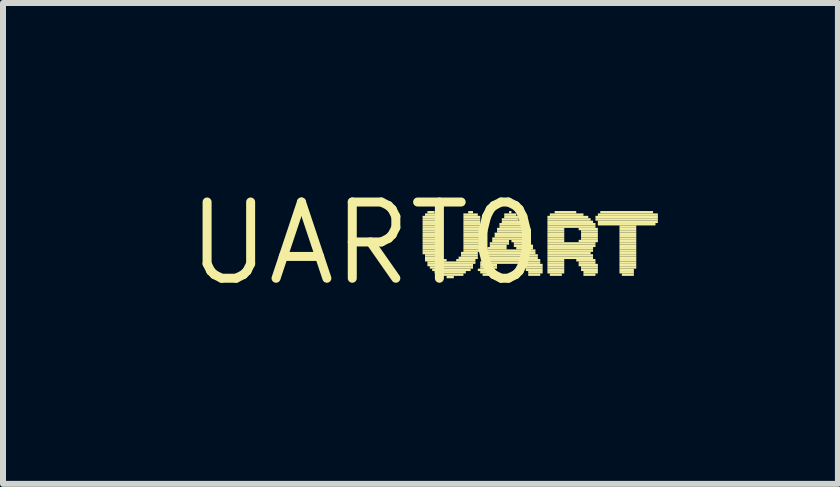
<source format=kicad_pcb>
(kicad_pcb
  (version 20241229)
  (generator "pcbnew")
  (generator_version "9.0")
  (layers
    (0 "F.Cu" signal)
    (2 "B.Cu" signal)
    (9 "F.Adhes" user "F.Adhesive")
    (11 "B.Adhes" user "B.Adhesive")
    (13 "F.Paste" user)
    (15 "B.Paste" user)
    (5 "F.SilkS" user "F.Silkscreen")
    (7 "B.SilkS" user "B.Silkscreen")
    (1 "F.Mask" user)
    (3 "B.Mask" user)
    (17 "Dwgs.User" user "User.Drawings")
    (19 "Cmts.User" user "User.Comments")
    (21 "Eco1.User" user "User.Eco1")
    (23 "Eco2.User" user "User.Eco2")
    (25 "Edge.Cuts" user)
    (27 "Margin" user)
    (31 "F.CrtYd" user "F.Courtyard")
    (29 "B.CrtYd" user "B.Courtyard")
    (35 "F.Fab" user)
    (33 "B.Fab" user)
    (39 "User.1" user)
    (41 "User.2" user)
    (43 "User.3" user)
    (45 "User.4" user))
  (footprint "UART0"
    (layer "F.Cu")
    (at 3.031 1.006)
    (property "Reference" "UART0" (at 0 0 0) (layer "F.SilkS") (effects (font (size 1.27 1.27) (thickness 0.15))))
    (attr through_hole)
    (fp_poly (pts (xy 0.96 -0.42) (xy 1.24 -0.42) (xy 1.24 -0.46) (xy 0.96 -0.46)) (stroke (width 0) (type solid)) (fill yes) (layer "F.SilkS"))
    (fp_poly (pts (xy 0.96 -0.38) (xy 1.24 -0.38) (xy 1.24 -0.42) (xy 0.96 -0.42)) (stroke (width 0) (type solid)) (fill yes) (layer "F.SilkS"))
    (fp_poly (pts (xy 0.96 -0.34) (xy 1.24 -0.34) (xy 1.24 -0.38) (xy 0.96 -0.38)) (stroke (width 0) (type solid)) (fill yes) (layer "F.SilkS"))
    (fp_poly (pts (xy 0.96 -0.3) (xy 1.24 -0.3) (xy 1.24 -0.34) (xy 0.96 -0.34)) (stroke (width 0) (type solid)) (fill yes) (layer "F.SilkS"))
    (fp_poly (pts (xy 0.96 -0.26) (xy 1.24 -0.26) (xy 1.24 -0.3) (xy 0.96 -0.3)) (stroke (width 0) (type solid)) (fill yes) (layer "F.SilkS"))
    (fp_poly (pts (xy 0.96 -0.22) (xy 1.24 -0.22) (xy 1.24 -0.26) (xy 0.96 -0.26)) (stroke (width 0) (type solid)) (fill yes) (layer "F.SilkS"))
    (fp_poly (pts (xy 0.96 -0.18) (xy 1.24 -0.18) (xy 1.24 -0.22) (xy 0.96 -0.22)) (stroke (width 0) (type solid)) (fill yes) (layer "F.SilkS"))
    (fp_poly (pts (xy 0.96 -0.14) (xy 1.24 -0.14) (xy 1.24 -0.18) (xy 0.96 -0.18)) (stroke (width 0) (type solid)) (fill yes) (layer "F.SilkS"))
    (fp_poly (pts (xy 0.96 -0.1) (xy 1.24 -0.1) (xy 1.24 -0.14) (xy 0.96 -0.14)) (stroke (width 0) (type solid)) (fill yes) (layer "F.SilkS"))
    (fp_poly (pts (xy 0.96 -0.06) (xy 1.24 -0.06) (xy 1.24 -0.1) (xy 0.96 -0.1)) (stroke (width 0) (type solid)) (fill yes) (layer "F.SilkS"))
    (fp_poly (pts (xy 0.96 -0.02) (xy 1.24 -0.02) (xy 1.24 -0.06) (xy 0.96 -0.06)) (stroke (width 0) (type solid)) (fill yes) (layer "F.SilkS"))
    (fp_poly (pts (xy 0.96 0.02) (xy 1.24 0.02) (xy 1.24 -0.02) (xy 0.96 -0.02)) (stroke (width 0) (type solid)) (fill yes) (layer "F.SilkS"))
    (fp_poly (pts (xy 0.96 0.06) (xy 1.24 0.06) (xy 1.24 0.02) (xy 0.96 0.02)) (stroke (width 0) (type solid)) (fill yes) (layer "F.SilkS"))
    (fp_poly (pts (xy 0.96 0.1) (xy 1.24 0.1) (xy 1.24 0.06) (xy 0.96 0.06)) (stroke (width 0) (type solid)) (fill yes) (layer "F.SilkS"))
    (fp_poly (pts (xy 0.96 0.14) (xy 1.24 0.14) (xy 1.24 0.1) (xy 0.96 0.1)) (stroke (width 0) (type solid)) (fill yes) (layer "F.SilkS"))
    (fp_poly (pts (xy 0.96 0.18) (xy 1.24 0.18) (xy 1.24 0.14) (xy 0.96 0.14)) (stroke (width 0) (type solid)) (fill yes) (layer "F.SilkS"))
    (fp_poly (pts (xy 1 -0.46) (xy 1.2 -0.46) (xy 1.2 -0.5) (xy 1 -0.5)) (stroke (width 0) (type solid)) (fill yes) (layer "F.SilkS"))
    (fp_poly (pts (xy 1 0.22) (xy 1.28 0.22) (xy 1.28 0.18) (xy 1 0.18)) (stroke (width 0) (type solid)) (fill yes) (layer "F.SilkS"))
    (fp_poly (pts (xy 1 0.26) (xy 1.28 0.26) (xy 1.28 0.22) (xy 1 0.22)) (stroke (width 0) (type solid)) (fill yes) (layer "F.SilkS"))
    (fp_poly (pts (xy 1 0.3) (xy 1.36 0.3) (xy 1.36 0.26) (xy 1 0.26)) (stroke (width 0) (type solid)) (fill yes) (layer "F.SilkS"))
    (fp_poly (pts (xy 1.04 -0.5) (xy 1.16 -0.5) (xy 1.16 -0.54) (xy 1.04 -0.54)) (stroke (width 0) (type solid)) (fill yes) (layer "F.SilkS"))
    (fp_poly (pts (xy 1.04 0.34) (xy 1.84 0.34) (xy 1.84 0.3) (xy 1.04 0.3)) (stroke (width 0) (type solid)) (fill yes) (layer "F.SilkS"))
    (fp_poly (pts (xy 1.04 0.38) (xy 1.8 0.38) (xy 1.8 0.34) (xy 1.04 0.34)) (stroke (width 0) (type solid)) (fill yes) (layer "F.SilkS"))
    (fp_poly (pts (xy 1.08 0.42) (xy 1.8 0.42) (xy 1.8 0.38) (xy 1.08 0.38)) (stroke (width 0) (type solid)) (fill yes) (layer "F.SilkS"))
    (fp_poly (pts (xy 1.12 0.46) (xy 1.76 0.46) (xy 1.76 0.42) (xy 1.12 0.42)) (stroke (width 0) (type solid)) (fill yes) (layer "F.SilkS"))
    (fp_poly (pts (xy 1.16 0.5) (xy 1.68 0.5) (xy 1.68 0.46) (xy 1.16 0.46)) (stroke (width 0) (type solid)) (fill yes) (layer "F.SilkS"))
    (fp_poly (pts (xy 1.24 0.54) (xy 1.64 0.54) (xy 1.64 0.5) (xy 1.24 0.5)) (stroke (width 0) (type solid)) (fill yes) (layer "F.SilkS"))
    (fp_poly (pts (xy 1.36 0.58) (xy 1.48 0.58) (xy 1.48 0.54) (xy 1.36 0.54)) (stroke (width 0) (type solid)) (fill yes) (layer "F.SilkS"))
    (fp_poly (pts (xy 1.52 0.3) (xy 1.84 0.3) (xy 1.84 0.26) (xy 1.52 0.26)) (stroke (width 0) (type solid)) (fill yes) (layer "F.SilkS"))
    (fp_poly (pts (xy 1.56 0.26) (xy 1.88 0.26) (xy 1.88 0.22) (xy 1.56 0.22)) (stroke (width 0) (type solid)) (fill yes) (layer "F.SilkS"))
    (fp_poly (pts (xy 1.6 0.18) (xy 1.88 0.18) (xy 1.88 0.14) (xy 1.6 0.14)) (stroke (width 0) (type solid)) (fill yes) (layer "F.SilkS"))
    (fp_poly (pts (xy 1.6 0.22) (xy 1.88 0.22) (xy 1.88 0.18) (xy 1.6 0.18)) (stroke (width 0) (type solid)) (fill yes) (layer "F.SilkS"))
    (fp_poly (pts (xy 1.64 -0.46) (xy 1.88 -0.46) (xy 1.88 -0.5) (xy 1.64 -0.5)) (stroke (width 0) (type solid)) (fill yes) (layer "F.SilkS"))
    (fp_poly (pts (xy 1.64 -0.42) (xy 1.92 -0.42) (xy 1.92 -0.46) (xy 1.64 -0.46)) (stroke (width 0) (type solid)) (fill yes) (layer "F.SilkS"))
    (fp_poly (pts (xy 1.64 -0.38) (xy 1.92 -0.38) (xy 1.92 -0.42) (xy 1.64 -0.42)) (stroke (width 0) (type solid)) (fill yes) (layer "F.SilkS"))
    (fp_poly (pts (xy 1.64 -0.34) (xy 1.92 -0.34) (xy 1.92 -0.38) (xy 1.64 -0.38)) (stroke (width 0) (type solid)) (fill yes) (layer "F.SilkS"))
    (fp_poly (pts (xy 1.64 -0.3) (xy 1.92 -0.3) (xy 1.92 -0.34) (xy 1.64 -0.34)) (stroke (width 0) (type solid)) (fill yes) (layer "F.SilkS"))
    (fp_poly (pts (xy 1.64 -0.26) (xy 1.92 -0.26) (xy 1.92 -0.3) (xy 1.64 -0.3)) (stroke (width 0) (type solid)) (fill yes) (layer "F.SilkS"))
    (fp_poly (pts (xy 1.64 -0.22) (xy 1.92 -0.22) (xy 1.92 -0.26) (xy 1.64 -0.26)) (stroke (width 0) (type solid)) (fill yes) (layer "F.SilkS"))
    (fp_poly (pts (xy 1.64 -0.18) (xy 1.92 -0.18) (xy 1.92 -0.22) (xy 1.64 -0.22)) (stroke (width 0) (type solid)) (fill yes) (layer "F.SilkS"))
    (fp_poly (pts (xy 1.64 -0.14) (xy 1.92 -0.14) (xy 1.92 -0.18) (xy 1.64 -0.18)) (stroke (width 0) (type solid)) (fill yes) (layer "F.SilkS"))
    (fp_poly (pts (xy 1.64 -0.1) (xy 1.92 -0.1) (xy 1.92 -0.14) (xy 1.64 -0.14)) (stroke (width 0) (type solid)) (fill yes) (layer "F.SilkS"))
    (fp_poly (pts (xy 1.64 -0.06) (xy 1.92 -0.06) (xy 1.92 -0.1) (xy 1.64 -0.1)) (stroke (width 0) (type solid)) (fill yes) (layer "F.SilkS"))
    (fp_poly (pts (xy 1.64 -0.02) (xy 1.92 -0.02) (xy 1.92 -0.06) (xy 1.64 -0.06)) (stroke (width 0) (type solid)) (fill yes) (layer "F.SilkS"))
    (fp_poly (pts (xy 1.64 0.02) (xy 1.92 0.02) (xy 1.92 -0.02) (xy 1.64 -0.02)) (stroke (width 0) (type solid)) (fill yes) (layer "F.SilkS"))
    (fp_poly (pts (xy 1.64 0.06) (xy 1.92 0.06) (xy 1.92 0.02) (xy 1.64 0.02)) (stroke (width 0) (type solid)) (fill yes) (layer "F.SilkS"))
    (fp_poly (pts (xy 1.64 0.1) (xy 1.92 0.1) (xy 1.92 0.06) (xy 1.64 0.06)) (stroke (width 0) (type solid)) (fill yes) (layer "F.SilkS"))
    (fp_poly (pts (xy 1.64 0.14) (xy 1.92 0.14) (xy 1.92 0.1) (xy 1.64 0.1)) (stroke (width 0) (type solid)) (fill yes) (layer "F.SilkS"))
    (fp_poly (pts (xy 1.72 -0.5) (xy 1.8 -0.5) (xy 1.8 -0.54) (xy 1.72 -0.54)) (stroke (width 0) (type solid)) (fill yes) (layer "F.SilkS"))
    (fp_poly (pts (xy 1.88 0.46) (xy 2.16 0.46) (xy 2.16 0.42) (xy 1.88 0.42)) (stroke (width 0) (type solid)) (fill yes) (layer "F.SilkS"))
    (fp_poly (pts (xy 1.92 0.34) (xy 2.92 0.34) (xy 2.92 0.3) (xy 1.92 0.3)) (stroke (width 0) (type solid)) (fill yes) (layer "F.SilkS"))
    (fp_poly (pts (xy 1.92 0.38) (xy 2.2 0.38) (xy 2.2 0.34) (xy 1.92 0.34)) (stroke (width 0) (type solid)) (fill yes) (layer "F.SilkS"))
    (fp_poly (pts (xy 1.92 0.42) (xy 2.2 0.42) (xy 2.2 0.38) (xy 1.92 0.38)) (stroke (width 0) (type solid)) (fill yes) (layer "F.SilkS"))
    (fp_poly (pts (xy 1.92 0.5) (xy 2.16 0.5) (xy 2.16 0.46) (xy 1.92 0.46)) (stroke (width 0) (type solid)) (fill yes) (layer "F.SilkS"))
    (fp_poly (pts (xy 1.96 0.26) (xy 2.88 0.26) (xy 2.88 0.22) (xy 1.96 0.22)) (stroke (width 0) (type solid)) (fill yes) (layer "F.SilkS"))
    (fp_poly (pts (xy 1.96 0.3) (xy 2.92 0.3) (xy 2.92 0.26) (xy 1.96 0.26)) (stroke (width 0) (type solid)) (fill yes) (layer "F.SilkS"))
    (fp_poly (pts (xy 1.96 0.54) (xy 2.12 0.54) (xy 2.12 0.5) (xy 1.96 0.5)) (stroke (width 0) (type solid)) (fill yes) (layer "F.SilkS"))
    (fp_poly (pts (xy 2 0.18) (xy 2.84 0.18) (xy 2.84 0.14) (xy 2 0.14)) (stroke (width 0) (type solid)) (fill yes) (layer "F.SilkS"))
    (fp_poly (pts (xy 2 0.22) (xy 2.88 0.22) (xy 2.88 0.18) (xy 2 0.18)) (stroke (width 0) (type solid)) (fill yes) (layer "F.SilkS"))
    (fp_poly (pts (xy 2.04 0.1) (xy 2.36 0.1) (xy 2.36 0.06) (xy 2.04 0.06)) (stroke (width 0) (type solid)) (fill yes) (layer "F.SilkS"))
    (fp_poly (pts (xy 2.04 0.14) (xy 2.84 0.14) (xy 2.84 0.1) (xy 2.04 0.1)) (stroke (width 0) (type solid)) (fill yes) (layer "F.SilkS"))
    (fp_poly (pts (xy 2.08 0.02) (xy 2.4 0.02) (xy 2.4 -0.02) (xy 2.08 -0.02)) (stroke (width 0) (type solid)) (fill yes) (layer "F.SilkS"))
    (fp_poly (pts (xy 2.08 0.06) (xy 2.36 0.06) (xy 2.36 0.02) (xy 2.08 0.02)) (stroke (width 0) (type solid)) (fill yes) (layer "F.SilkS"))
    (fp_poly (pts (xy 2.12 -0.06) (xy 2.72 -0.06) (xy 2.72 -0.1) (xy 2.12 -0.1)) (stroke (width 0) (type solid)) (fill yes) (layer "F.SilkS"))
    (fp_poly (pts (xy 2.12 -0.02) (xy 2.4 -0.02) (xy 2.4 -0.06) (xy 2.12 -0.06)) (stroke (width 0) (type solid)) (fill yes) (layer "F.SilkS"))
    (fp_poly (pts (xy 2.16 -0.14) (xy 2.68 -0.14) (xy 2.68 -0.18) (xy 2.16 -0.18)) (stroke (width 0) (type solid)) (fill yes) (layer "F.SilkS"))
    (fp_poly (pts (xy 2.16 -0.1) (xy 2.72 -0.1) (xy 2.72 -0.14) (xy 2.16 -0.14)) (stroke (width 0) (type solid)) (fill yes) (layer "F.SilkS"))
    (fp_poly (pts (xy 2.2 -0.22) (xy 2.64 -0.22) (xy 2.64 -0.26) (xy 2.2 -0.26)) (stroke (width 0) (type solid)) (fill yes) (layer "F.SilkS"))
    (fp_poly (pts (xy 2.2 -0.18) (xy 2.68 -0.18) (xy 2.68 -0.22) (xy 2.2 -0.22)) (stroke (width 0) (type solid)) (fill yes) (layer "F.SilkS"))
    (fp_poly (pts (xy 2.24 -0.3) (xy 2.6 -0.3) (xy 2.6 -0.34) (xy 2.24 -0.34)) (stroke (width 0) (type solid)) (fill yes) (layer "F.SilkS"))
    (fp_poly (pts (xy 2.24 -0.26) (xy 2.64 -0.26) (xy 2.64 -0.3) (xy 2.24 -0.3)) (stroke (width 0) (type solid)) (fill yes) (layer "F.SilkS"))
    (fp_poly (pts (xy 2.28 -0.38) (xy 2.56 -0.38) (xy 2.56 -0.42) (xy 2.28 -0.42)) (stroke (width 0) (type solid)) (fill yes) (layer "F.SilkS"))
    (fp_poly (pts (xy 2.28 -0.34) (xy 2.6 -0.34) (xy 2.6 -0.38) (xy 2.28 -0.38)) (stroke (width 0) (type solid)) (fill yes) (layer "F.SilkS"))
    (fp_poly (pts (xy 2.32 -0.46) (xy 2.52 -0.46) (xy 2.52 -0.5) (xy 2.32 -0.5)) (stroke (width 0) (type solid)) (fill yes) (layer "F.SilkS"))
    (fp_poly (pts (xy 2.32 -0.42) (xy 2.56 -0.42) (xy 2.56 -0.46) (xy 2.32 -0.46)) (stroke (width 0) (type solid)) (fill yes) (layer "F.SilkS"))
    (fp_poly (pts (xy 2.4 -0.5) (xy 2.44 -0.5) (xy 2.44 -0.54) (xy 2.4 -0.54)) (stroke (width 0) (type solid)) (fill yes) (layer "F.SilkS"))
    (fp_poly (pts (xy 2.44 -0.02) (xy 2.76 -0.02) (xy 2.76 -0.06) (xy 2.44 -0.06)) (stroke (width 0) (type solid)) (fill yes) (layer "F.SilkS"))
    (fp_poly (pts (xy 2.48 0.02) (xy 2.76 0.02) (xy 2.76 -0.02) (xy 2.48 -0.02)) (stroke (width 0) (type solid)) (fill yes) (layer "F.SilkS"))
    (fp_poly (pts (xy 2.48 0.06) (xy 2.8 0.06) (xy 2.8 0.02) (xy 2.48 0.02)) (stroke (width 0) (type solid)) (fill yes) (layer "F.SilkS"))
    (fp_poly (pts (xy 2.52 0.1) (xy 2.8 0.1) (xy 2.8 0.06) (xy 2.52 0.06)) (stroke (width 0) (type solid)) (fill yes) (layer "F.SilkS"))
    (fp_poly (pts (xy 2.64 0.38) (xy 2.96 0.38) (xy 2.96 0.34) (xy 2.64 0.34)) (stroke (width 0) (type solid)) (fill yes) (layer "F.SilkS"))
    (fp_poly (pts (xy 2.68 0.42) (xy 2.96 0.42) (xy 2.96 0.38) (xy 2.68 0.38)) (stroke (width 0) (type solid)) (fill yes) (layer "F.SilkS"))
    (fp_poly (pts (xy 2.68 0.46) (xy 2.96 0.46) (xy 2.96 0.42) (xy 2.68 0.42)) (stroke (width 0) (type solid)) (fill yes) (layer "F.SilkS"))
    (fp_poly (pts (xy 2.72 0.5) (xy 2.96 0.5) (xy 2.96 0.46) (xy 2.72 0.46)) (stroke (width 0) (type solid)) (fill yes) (layer "F.SilkS"))
    (fp_poly (pts (xy 2.72 0.54) (xy 2.92 0.54) (xy 2.92 0.5) (xy 2.72 0.5)) (stroke (width 0) (type solid)) (fill yes) (layer "F.SilkS"))
    (fp_poly (pts (xy 3.04 -0.42) (xy 3.72 -0.42) (xy 3.72 -0.46) (xy 3.04 -0.46)) (stroke (width 0) (type solid)) (fill yes) (layer "F.SilkS"))
    (fp_poly (pts (xy 3.04 -0.38) (xy 3.76 -0.38) (xy 3.76 -0.42) (xy 3.04 -0.42)) (stroke (width 0) (type solid)) (fill yes) (layer "F.SilkS"))
    (fp_poly (pts (xy 3.04 -0.34) (xy 3.8 -0.34) (xy 3.8 -0.38) (xy 3.04 -0.38)) (stroke (width 0) (type solid)) (fill yes) (layer "F.SilkS"))
    (fp_poly (pts (xy 3.04 -0.3) (xy 3.84 -0.3) (xy 3.84 -0.34) (xy 3.04 -0.34)) (stroke (width 0) (type solid)) (fill yes) (layer "F.SilkS"))
    (fp_poly (pts (xy 3.04 -0.26) (xy 3.84 -0.26) (xy 3.84 -0.3) (xy 3.04 -0.3)) (stroke (width 0) (type solid)) (fill yes) (layer "F.SilkS"))
    (fp_poly (pts (xy 3.04 -0.22) (xy 3.32 -0.22) (xy 3.32 -0.26) (xy 3.04 -0.26)) (stroke (width 0) (type solid)) (fill yes) (layer "F.SilkS"))
    (fp_poly (pts (xy 3.04 -0.18) (xy 3.32 -0.18) (xy 3.32 -0.22) (xy 3.04 -0.22)) (stroke (width 0) (type solid)) (fill yes) (layer "F.SilkS"))
    (fp_poly (pts (xy 3.04 -0.14) (xy 3.32 -0.14) (xy 3.32 -0.18) (xy 3.04 -0.18)) (stroke (width 0) (type solid)) (fill yes) (layer "F.SilkS"))
    (fp_poly (pts (xy 3.04 -0.1) (xy 3.32 -0.1) (xy 3.32 -0.14) (xy 3.04 -0.14)) (stroke (width 0) (type solid)) (fill yes) (layer "F.SilkS"))
    (fp_poly (pts (xy 3.04 -0.06) (xy 3.32 -0.06) (xy 3.32 -0.1) (xy 3.04 -0.1)) (stroke (width 0) (type solid)) (fill yes) (layer "F.SilkS"))
    (fp_poly (pts (xy 3.04 -0.02) (xy 3.32 -0.02) (xy 3.32 -0.06) (xy 3.04 -0.06)) (stroke (width 0) (type solid)) (fill yes) (layer "F.SilkS"))
    (fp_poly (pts (xy 3.04 0.02) (xy 3.84 0.02) (xy 3.84 -0.02) (xy 3.04 -0.02)) (stroke (width 0) (type solid)) (fill yes) (layer "F.SilkS"))
    (fp_poly (pts (xy 3.04 0.06) (xy 3.84 0.06) (xy 3.84 0.02) (xy 3.04 0.02)) (stroke (width 0) (type solid)) (fill yes) (layer "F.SilkS"))
    (fp_poly (pts (xy 3.04 0.1) (xy 3.8 0.1) (xy 3.8 0.06) (xy 3.04 0.06)) (stroke (width 0) (type solid)) (fill yes) (layer "F.SilkS"))
    (fp_poly (pts (xy 3.04 0.14) (xy 3.8 0.14) (xy 3.8 0.1) (xy 3.04 0.1)) (stroke (width 0) (type solid)) (fill yes) (layer "F.SilkS"))
    (fp_poly (pts (xy 3.04 0.18) (xy 3.76 0.18) (xy 3.76 0.14) (xy 3.04 0.14)) (stroke (width 0) (type solid)) (fill yes) (layer "F.SilkS"))
    (fp_poly (pts (xy 3.04 0.22) (xy 3.8 0.22) (xy 3.8 0.18) (xy 3.04 0.18)) (stroke (width 0) (type solid)) (fill yes) (layer "F.SilkS"))
    (fp_poly (pts (xy 3.04 0.26) (xy 3.8 0.26) (xy 3.8 0.22) (xy 3.04 0.22)) (stroke (width 0) (type solid)) (fill yes) (layer "F.SilkS"))
    (fp_poly (pts (xy 3.04 0.3) (xy 3.32 0.3) (xy 3.32 0.26) (xy 3.04 0.26)) (stroke (width 0) (type solid)) (fill yes) (layer "F.SilkS"))
    (fp_poly (pts (xy 3.04 0.34) (xy 3.32 0.34) (xy 3.32 0.3) (xy 3.04 0.3)) (stroke (width 0) (type solid)) (fill yes) (layer "F.SilkS"))
    (fp_poly (pts (xy 3.04 0.38) (xy 3.32 0.38) (xy 3.32 0.34) (xy 3.04 0.34)) (stroke (width 0) (type solid)) (fill yes) (layer "F.SilkS"))
    (fp_poly (pts (xy 3.04 0.42) (xy 3.32 0.42) (xy 3.32 0.38) (xy 3.04 0.38)) (stroke (width 0) (type solid)) (fill yes) (layer "F.SilkS"))
    (fp_poly (pts (xy 3.04 0.46) (xy 3.32 0.46) (xy 3.32 0.42) (xy 3.04 0.42)) (stroke (width 0) (type solid)) (fill yes) (layer "F.SilkS"))
    (fp_poly (pts (xy 3.04 0.5) (xy 3.32 0.5) (xy 3.32 0.46) (xy 3.04 0.46)) (stroke (width 0) (type solid)) (fill yes) (layer "F.SilkS"))
    (fp_poly (pts (xy 3.08 -0.46) (xy 3.64 -0.46) (xy 3.64 -0.5) (xy 3.08 -0.5)) (stroke (width 0) (type solid)) (fill yes) (layer "F.SilkS"))
    (fp_poly (pts (xy 3.08 0.54) (xy 3.28 0.54) (xy 3.28 0.5) (xy 3.08 0.5)) (stroke (width 0) (type solid)) (fill yes) (layer "F.SilkS"))
    (fp_poly (pts (xy 3.16 -0.5) (xy 3.52 -0.5) (xy 3.52 -0.54) (xy 3.16 -0.54)) (stroke (width 0) (type solid)) (fill yes) (layer "F.SilkS"))
    (fp_poly (pts (xy 3.52 0.3) (xy 3.84 0.3) (xy 3.84 0.26) (xy 3.52 0.26)) (stroke (width 0) (type solid)) (fill yes) (layer "F.SilkS"))
    (fp_poly (pts (xy 3.56 -0.22) (xy 3.88 -0.22) (xy 3.88 -0.26) (xy 3.56 -0.26)) (stroke (width 0) (type solid)) (fill yes) (layer "F.SilkS"))
    (fp_poly (pts (xy 3.56 -0.02) (xy 3.88 -0.02) (xy 3.88 -0.06) (xy 3.56 -0.06)) (stroke (width 0) (type solid)) (fill yes) (layer "F.SilkS"))
    (fp_poly (pts (xy 3.56 0.34) (xy 3.84 0.34) (xy 3.84 0.3) (xy 3.56 0.3)) (stroke (width 0) (type solid)) (fill yes) (layer "F.SilkS"))
    (fp_poly (pts (xy 3.56 0.38) (xy 3.88 0.38) (xy 3.88 0.34) (xy 3.56 0.34)) (stroke (width 0) (type solid)) (fill yes) (layer "F.SilkS"))
    (fp_poly (pts (xy 3.6 -0.18) (xy 3.88 -0.18) (xy 3.88 -0.22) (xy 3.6 -0.22)) (stroke (width 0) (type solid)) (fill yes) (layer "F.SilkS"))
    (fp_poly (pts (xy 3.6 -0.14) (xy 3.88 -0.14) (xy 3.88 -0.18) (xy 3.6 -0.18)) (stroke (width 0) (type solid)) (fill yes) (layer "F.SilkS"))
    (fp_poly (pts (xy 3.6 -0.1) (xy 3.88 -0.1) (xy 3.88 -0.14) (xy 3.6 -0.14)) (stroke (width 0) (type solid)) (fill yes) (layer "F.SilkS"))
    (fp_poly (pts (xy 3.6 -0.06) (xy 3.88 -0.06) (xy 3.88 -0.1) (xy 3.6 -0.1)) (stroke (width 0) (type solid)) (fill yes) (layer "F.SilkS"))
    (fp_poly (pts (xy 3.6 0.42) (xy 3.88 0.42) (xy 3.88 0.38) (xy 3.6 0.38)) (stroke (width 0) (type solid)) (fill yes) (layer "F.SilkS"))
    (fp_poly (pts (xy 3.6 0.46) (xy 3.88 0.46) (xy 3.88 0.42) (xy 3.6 0.42)) (stroke (width 0) (type solid)) (fill yes) (layer "F.SilkS"))
    (fp_poly (pts (xy 3.64 0.5) (xy 3.88 0.5) (xy 3.88 0.46) (xy 3.64 0.46)) (stroke (width 0) (type solid)) (fill yes) (layer "F.SilkS"))
    (fp_poly (pts (xy 3.64 0.54) (xy 3.84 0.54) (xy 3.84 0.5) (xy 3.64 0.5)) (stroke (width 0) (type solid)) (fill yes) (layer "F.SilkS"))
    (fp_poly (pts (xy 3.84 -0.42) (xy 4.88 -0.42) (xy 4.88 -0.46) (xy 3.84 -0.46)) (stroke (width 0) (type solid)) (fill yes) (layer "F.SilkS"))
    (fp_poly (pts (xy 3.84 -0.38) (xy 4.88 -0.38) (xy 4.88 -0.42) (xy 3.84 -0.42)) (stroke (width 0) (type solid)) (fill yes) (layer "F.SilkS"))
    (fp_poly (pts (xy 3.88 -0.46) (xy 4.88 -0.46) (xy 4.88 -0.5) (xy 3.88 -0.5)) (stroke (width 0) (type solid)) (fill yes) (layer "F.SilkS"))
    (fp_poly (pts (xy 3.88 -0.34) (xy 4.88 -0.34) (xy 4.88 -0.38) (xy 3.88 -0.38)) (stroke (width 0) (type solid)) (fill yes) (layer "F.SilkS"))
    (fp_poly (pts (xy 3.88 -0.3) (xy 4.84 -0.3) (xy 4.84 -0.34) (xy 3.88 -0.34)) (stroke (width 0) (type solid)) (fill yes) (layer "F.SilkS"))
    (fp_poly (pts (xy 3.92 -0.5) (xy 4.8 -0.5) (xy 4.8 -0.54) (xy 3.92 -0.54)) (stroke (width 0) (type solid)) (fill yes) (layer "F.SilkS"))
    (fp_poly (pts (xy 4.24 -0.26) (xy 4.52 -0.26) (xy 4.52 -0.3) (xy 4.24 -0.3)) (stroke (width 0) (type solid)) (fill yes) (layer "F.SilkS"))
    (fp_poly (pts (xy 4.24 -0.22) (xy 4.52 -0.22) (xy 4.52 -0.26) (xy 4.24 -0.26)) (stroke (width 0) (type solid)) (fill yes) (layer "F.SilkS"))
    (fp_poly (pts (xy 4.24 -0.18) (xy 4.52 -0.18) (xy 4.52 -0.22) (xy 4.24 -0.22)) (stroke (width 0) (type solid)) (fill yes) (layer "F.SilkS"))
    (fp_poly (pts (xy 4.24 -0.14) (xy 4.52 -0.14) (xy 4.52 -0.18) (xy 4.24 -0.18)) (stroke (width 0) (type solid)) (fill yes) (layer "F.SilkS"))
    (fp_poly (pts (xy 4.24 -0.1) (xy 4.52 -0.1) (xy 4.52 -0.14) (xy 4.24 -0.14)) (stroke (width 0) (type solid)) (fill yes) (layer "F.SilkS"))
    (fp_poly (pts (xy 4.24 -0.06) (xy 4.52 -0.06) (xy 4.52 -0.1) (xy 4.24 -0.1)) (stroke (width 0) (type solid)) (fill yes) (layer "F.SilkS"))
    (fp_poly (pts (xy 4.24 -0.02) (xy 4.52 -0.02) (xy 4.52 -0.06) (xy 4.24 -0.06)) (stroke (width 0) (type solid)) (fill yes) (layer "F.SilkS"))
    (fp_poly (pts (xy 4.24 0.02) (xy 4.52 0.02) (xy 4.52 -0.02) (xy 4.24 -0.02)) (stroke (width 0) (type solid)) (fill yes) (layer "F.SilkS"))
    (fp_poly (pts (xy 4.24 0.06) (xy 4.52 0.06) (xy 4.52 0.02) (xy 4.24 0.02)) (stroke (width 0) (type solid)) (fill yes) (layer "F.SilkS"))
    (fp_poly (pts (xy 4.24 0.1) (xy 4.52 0.1) (xy 4.52 0.06) (xy 4.24 0.06)) (stroke (width 0) (type solid)) (fill yes) (layer "F.SilkS"))
    (fp_poly (pts (xy 4.24 0.14) (xy 4.52 0.14) (xy 4.52 0.1) (xy 4.24 0.1)) (stroke (width 0) (type solid)) (fill yes) (layer "F.SilkS"))
    (fp_poly (pts (xy 4.24 0.18) (xy 4.52 0.18) (xy 4.52 0.14) (xy 4.24 0.14)) (stroke (width 0) (type solid)) (fill yes) (layer "F.SilkS"))
    (fp_poly (pts (xy 4.24 0.22) (xy 4.52 0.22) (xy 4.52 0.18) (xy 4.24 0.18)) (stroke (width 0) (type solid)) (fill yes) (layer "F.SilkS"))
    (fp_poly (pts (xy 4.24 0.26) (xy 4.52 0.26) (xy 4.52 0.22) (xy 4.24 0.22)) (stroke (width 0) (type solid)) (fill yes) (layer "F.SilkS"))
    (fp_poly (pts (xy 4.24 0.3) (xy 4.52 0.3) (xy 4.52 0.26) (xy 4.24 0.26)) (stroke (width 0) (type solid)) (fill yes) (layer "F.SilkS"))
    (fp_poly (pts (xy 4.24 0.34) (xy 4.52 0.34) (xy 4.52 0.3) (xy 4.24 0.3)) (stroke (width 0) (type solid)) (fill yes) (layer "F.SilkS"))
    (fp_poly (pts (xy 4.24 0.38) (xy 4.52 0.38) (xy 4.52 0.34) (xy 4.24 0.34)) (stroke (width 0) (type solid)) (fill yes) (layer "F.SilkS"))
    (fp_poly (pts (xy 4.24 0.42) (xy 4.52 0.42) (xy 4.52 0.38) (xy 4.24 0.38)) (stroke (width 0) (type solid)) (fill yes) (layer "F.SilkS"))
    (fp_poly (pts (xy 4.24 0.46) (xy 4.48 0.46) (xy 4.48 0.42) (xy 4.24 0.42)) (stroke (width 0) (type solid)) (fill yes) (layer "F.SilkS"))
    (fp_poly (pts (xy 4.24 0.5) (xy 4.48 0.5) (xy 4.48 0.46) (xy 4.24 0.46)) (stroke (width 0) (type solid)) (fill yes) (layer "F.SilkS"))
    (fp_poly (pts (xy 4.28 0.54) (xy 4.48 0.54) (xy 4.48 0.5) (xy 4.28 0.5)) (stroke (width 0) (type solid)) (fill yes) (layer "F.SilkS")))
  (gr_rect
    (start -3 -3)
    (end 10.911 5.012)
    (stroke (width 0.1) (type default))
    (fill no)
    (layer "Edge.Cuts")))
</source>
